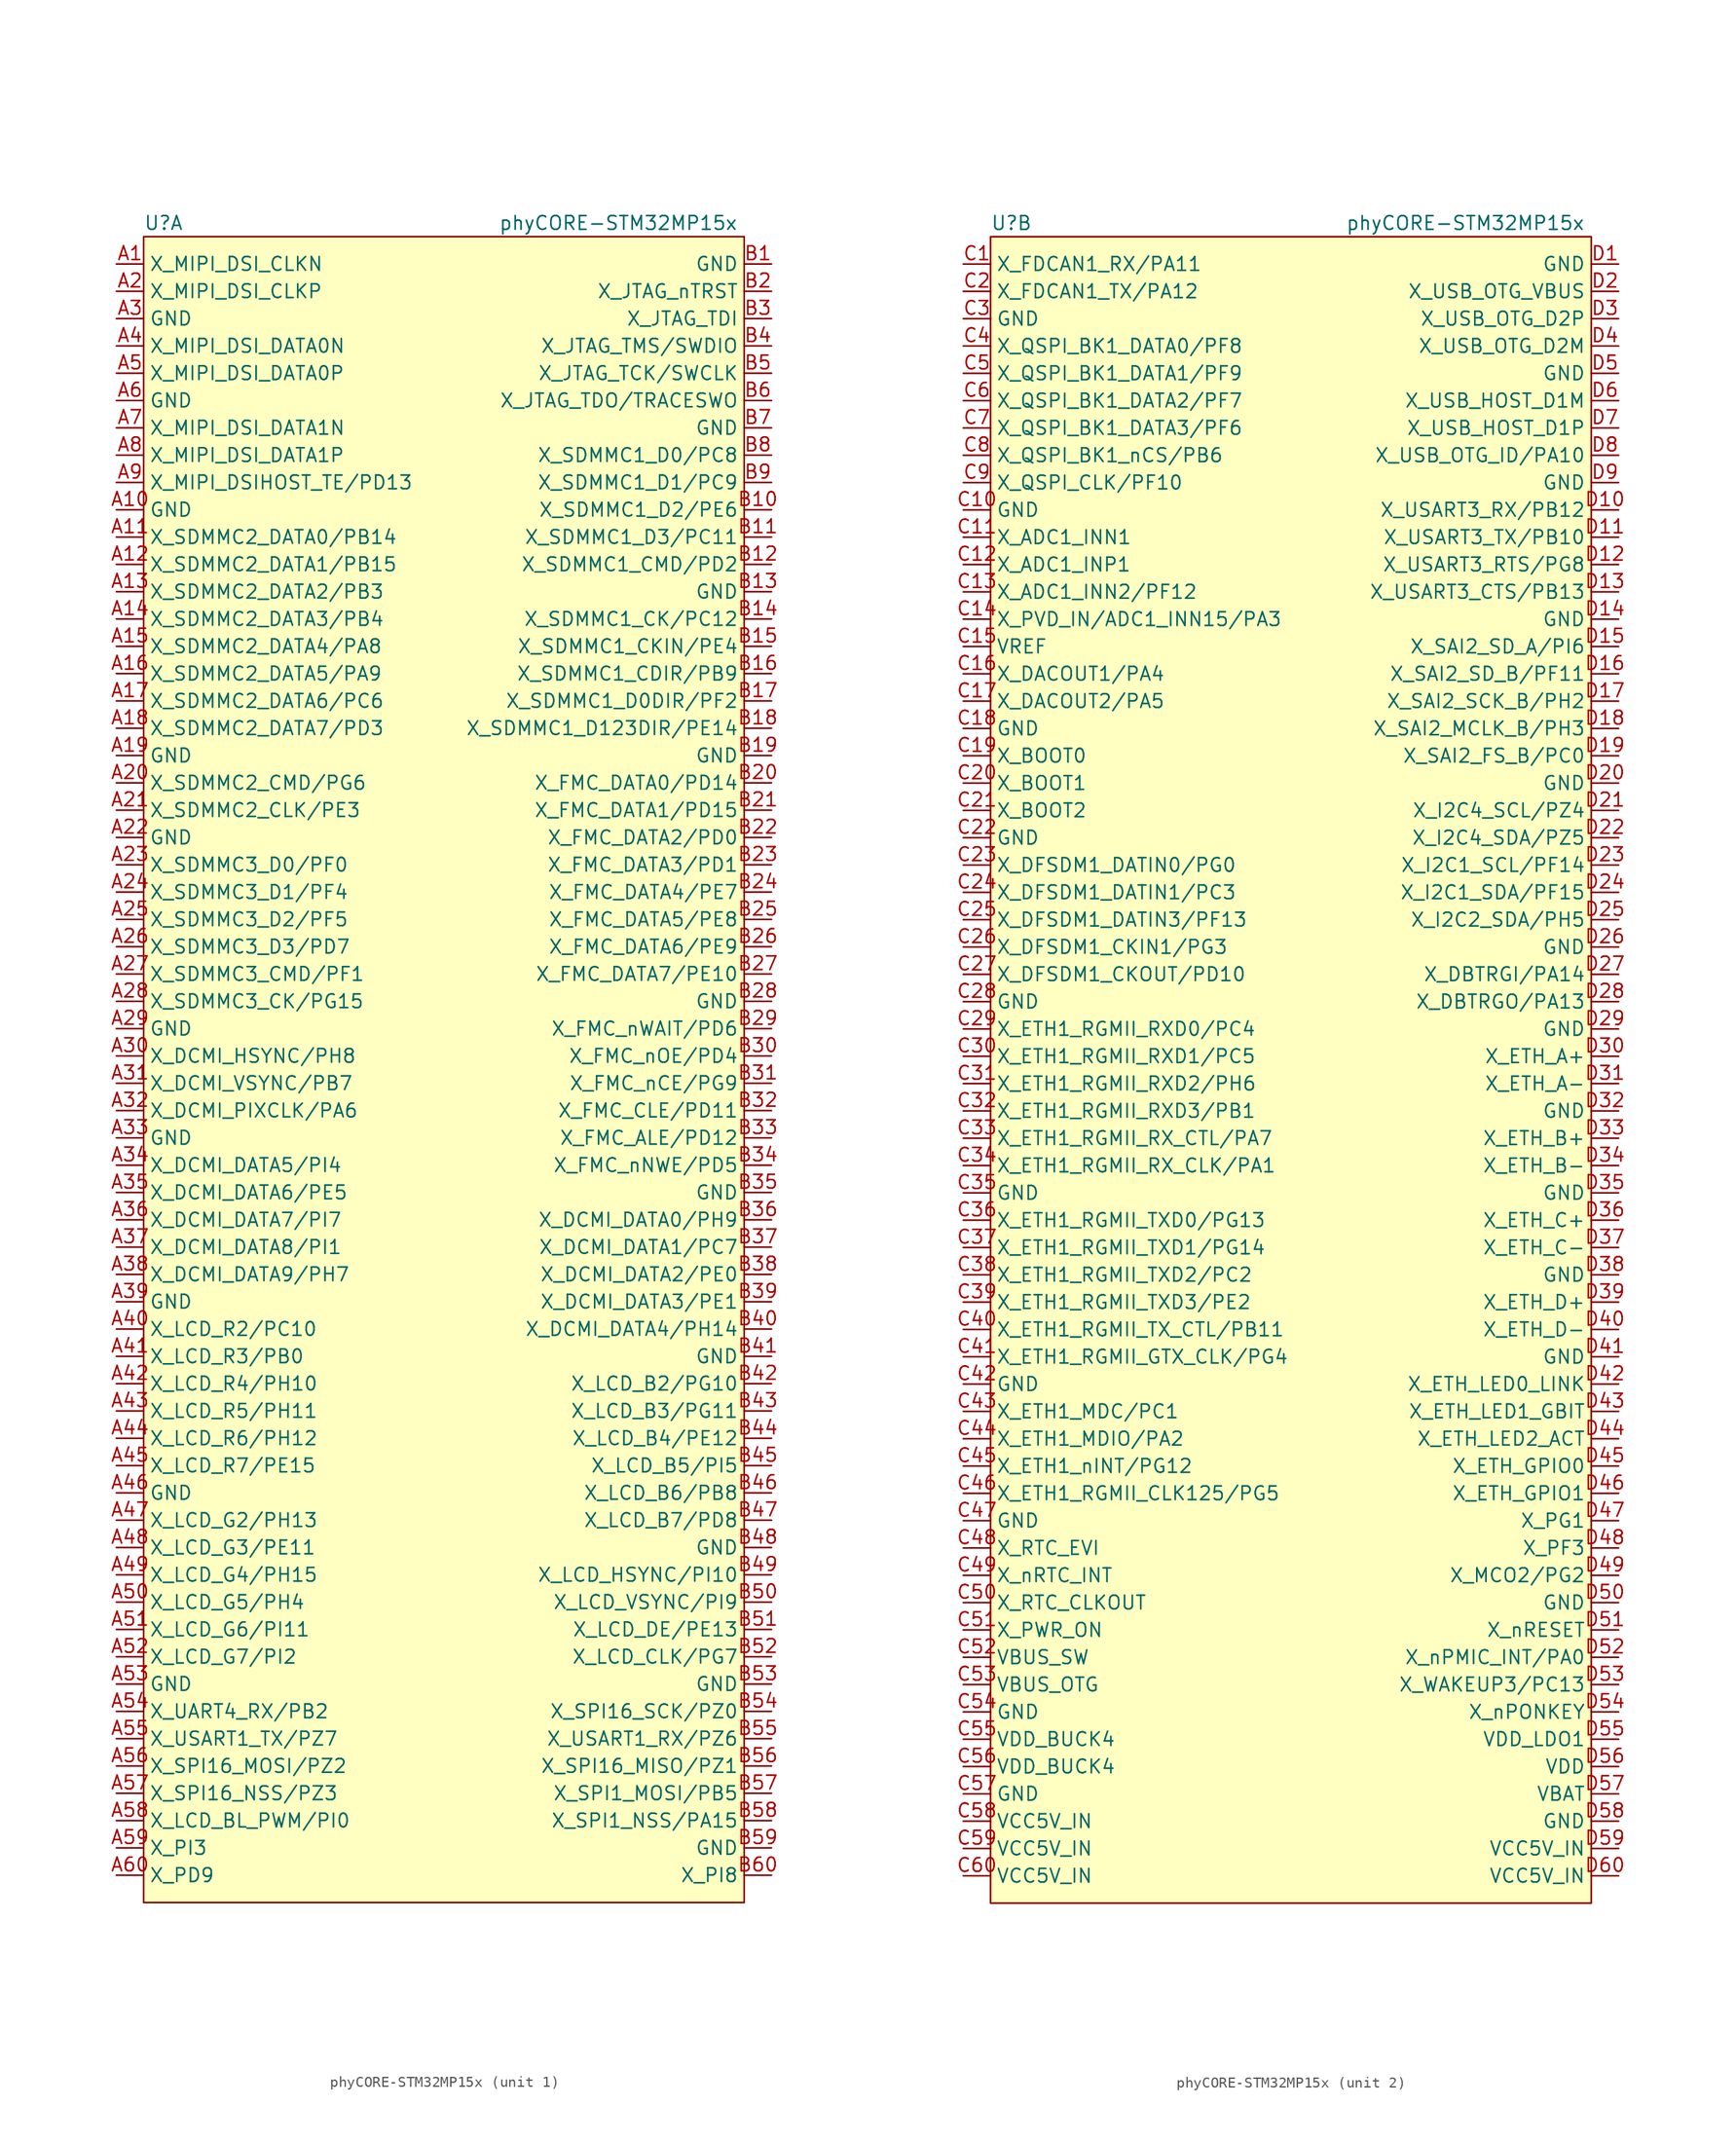
<source format=kicad_sym>
(kicad_symbol_lib
  (version 20210619)
  (generator kicad_symbol_editor)
  (symbol "phyCORE-STM32MP15x"
    (property "Reference" "U"
      (at -27.94 78.74 0)
      (effects (font (size 1.27 1.27)) (justify left)))
    (property "Value" "phyCORE-STM32MP15x"
      (at 5.08 78.74 0)
      (effects (font (size 1.27 1.27)) (justify left)))
    (property "ki_locked" ""
      (at 0 0 0)
      (effects (font (size 1.27 1.27))))
    (symbol "phyCORE-STM32MP15x_1_1"
      (rectangle (start -27.94 77.47) (end 27.94 -77.47) (stroke (width 0)) (fill (type background)))
      (pin output line (at -30.48 74.93 0) (length 2.54) (name "X_MIPI_DSI_CLKN" (effects (font (size 1.27 1.27)))) (number "A1" (effects (font (size 1.27 1.27)))))
      (pin power_in line (at -30.48 52.07 0) (length 2.54) (name "GND" (effects (font (size 1.27 1.27)))) (number "A10" (effects (font (size 1.27 1.27)))))
      (pin bidirectional line (at -30.48 49.53 0) (length 2.54) (name "X_SDMMC2_DATA0/PB14" (effects (font (size 1.27 1.27)))) (number "A11" (effects (font (size 1.27 1.27)))))
      (pin bidirectional line (at -30.48 46.99 0) (length 2.54) (name "X_SDMMC2_DATA1/PB15" (effects (font (size 1.27 1.27)))) (number "A12" (effects (font (size 1.27 1.27)))))
      (pin bidirectional line (at -30.48 44.45 0) (length 2.54) (name "X_SDMMC2_DATA2/PB3" (effects (font (size 1.27 1.27)))) (number "A13" (effects (font (size 1.27 1.27)))))
      (pin bidirectional line (at -30.48 41.91 0) (length 2.54) (name "X_SDMMC2_DATA3/PB4" (effects (font (size 1.27 1.27)))) (number "A14" (effects (font (size 1.27 1.27)))))
      (pin bidirectional line (at -30.48 39.37 0) (length 2.54) (name "X_SDMMC2_DATA4/PA8" (effects (font (size 1.27 1.27)))) (number "A15" (effects (font (size 1.27 1.27)))))
      (pin bidirectional line (at -30.48 36.83 0) (length 2.54) (name "X_SDMMC2_DATA5/PA9" (effects (font (size 1.27 1.27)))) (number "A16" (effects (font (size 1.27 1.27)))))
      (pin bidirectional line (at -30.48 34.29 0) (length 2.54) (name "X_SDMMC2_DATA6/PC6" (effects (font (size 1.27 1.27)))) (number "A17" (effects (font (size 1.27 1.27)))))
      (pin bidirectional line (at -30.48 31.75 0) (length 2.54) (name "X_SDMMC2_DATA7/PD3" (effects (font (size 1.27 1.27)))) (number "A18" (effects (font (size 1.27 1.27)))))
      (pin power_in line (at -30.48 29.21 0) (length 2.54) (name "GND" (effects (font (size 1.27 1.27)))) (number "A19" (effects (font (size 1.27 1.27)))))
      (pin output line (at -30.48 72.39 0) (length 2.54) (name "X_MIPI_DSI_CLKP" (effects (font (size 1.27 1.27)))) (number "A2" (effects (font (size 1.27 1.27)))))
      (pin bidirectional line (at -30.48 26.67 0) (length 2.54) (name "X_SDMMC2_CMD/PG6" (effects (font (size 1.27 1.27)))) (number "A20" (effects (font (size 1.27 1.27)))))
      (pin output line (at -30.48 24.13 0) (length 2.54) (name "X_SDMMC2_CLK/PE3" (effects (font (size 1.27 1.27)))) (number "A21" (effects (font (size 1.27 1.27)))))
      (pin power_in line (at -30.48 21.59 0) (length 2.54) (name "GND" (effects (font (size 1.27 1.27)))) (number "A22" (effects (font (size 1.27 1.27)))))
      (pin bidirectional line (at -30.48 19.05 0) (length 2.54) (name "X_SDMMC3_D0/PF0" (effects (font (size 1.27 1.27)))) (number "A23" (effects (font (size 1.27 1.27)))))
      (pin bidirectional line (at -30.48 16.51 0) (length 2.54) (name "X_SDMMC3_D1/PF4" (effects (font (size 1.27 1.27)))) (number "A24" (effects (font (size 1.27 1.27)))))
      (pin bidirectional line (at -30.48 13.97 0) (length 2.54) (name "X_SDMMC3_D2/PF5" (effects (font (size 1.27 1.27)))) (number "A25" (effects (font (size 1.27 1.27)))))
      (pin bidirectional line (at -30.48 11.43 0) (length 2.54) (name "X_SDMMC3_D3/PD7" (effects (font (size 1.27 1.27)))) (number "A26" (effects (font (size 1.27 1.27)))))
      (pin bidirectional line (at -30.48 8.89 0) (length 2.54) (name "X_SDMMC3_CMD/PF1" (effects (font (size 1.27 1.27)))) (number "A27" (effects (font (size 1.27 1.27)))))
      (pin output line (at -30.48 6.35 0) (length 2.54) (name "X_SDMMC3_CK/PG15" (effects (font (size 1.27 1.27)))) (number "A28" (effects (font (size 1.27 1.27)))))
      (pin power_in line (at -30.48 3.81 0) (length 2.54) (name "GND" (effects (font (size 1.27 1.27)))) (number "A29" (effects (font (size 1.27 1.27)))))
      (pin power_in line (at -30.48 69.85 0) (length 2.54) (name "GND" (effects (font (size 1.27 1.27)))) (number "A3" (effects (font (size 1.27 1.27)))))
      (pin input line (at -30.48 1.27 0) (length 2.54) (name "X_DCMI_HSYNC/PH8" (effects (font (size 1.27 1.27)))) (number "A30" (effects (font (size 1.27 1.27)))))
      (pin input line (at -30.48 -1.27 0) (length 2.54) (name "X_DCMI_VSYNC/PB7" (effects (font (size 1.27 1.27)))) (number "A31" (effects (font (size 1.27 1.27)))))
      (pin input line (at -30.48 -3.81 0) (length 2.54) (name "X_DCMI_PIXCLK/PA6" (effects (font (size 1.27 1.27)))) (number "A32" (effects (font (size 1.27 1.27)))))
      (pin power_in line (at -30.48 -6.35 0) (length 2.54) (name "GND" (effects (font (size 1.27 1.27)))) (number "A33" (effects (font (size 1.27 1.27)))))
      (pin input line (at -30.48 -8.89 0) (length 2.54) (name "X_DCMI_DATA5/PI4" (effects (font (size 1.27 1.27)))) (number "A34" (effects (font (size 1.27 1.27)))))
      (pin input line (at -30.48 -11.43 0) (length 2.54) (name "X_DCMI_DATA6/PE5" (effects (font (size 1.27 1.27)))) (number "A35" (effects (font (size 1.27 1.27)))))
      (pin input line (at -30.48 -13.97 0) (length 2.54) (name "X_DCMI_DATA7/PI7" (effects (font (size 1.27 1.27)))) (number "A36" (effects (font (size 1.27 1.27)))))
      (pin input line (at -30.48 -16.51 0) (length 2.54) (name "X_DCMI_DATA8/PI1" (effects (font (size 1.27 1.27)))) (number "A37" (effects (font (size 1.27 1.27)))))
      (pin input line (at -30.48 -19.05 0) (length 2.54) (name "X_DCMI_DATA9/PH7" (effects (font (size 1.27 1.27)))) (number "A38" (effects (font (size 1.27 1.27)))))
      (pin power_in line (at -30.48 -21.59 0) (length 2.54) (name "GND" (effects (font (size 1.27 1.27)))) (number "A39" (effects (font (size 1.27 1.27)))))
      (pin output line (at -30.48 67.31 0) (length 2.54) (name "X_MIPI_DSI_DATA0N" (effects (font (size 1.27 1.27)))) (number "A4" (effects (font (size 1.27 1.27)))))
      (pin output line (at -30.48 -24.13 0) (length 2.54) (name "X_LCD_R2/PC10" (effects (font (size 1.27 1.27)))) (number "A40" (effects (font (size 1.27 1.27)))))
      (pin output line (at -30.48 -26.67 0) (length 2.54) (name "X_LCD_R3/PB0" (effects (font (size 1.27 1.27)))) (number "A41" (effects (font (size 1.27 1.27)))))
      (pin output line (at -30.48 -29.21 0) (length 2.54) (name "X_LCD_R4/PH10" (effects (font (size 1.27 1.27)))) (number "A42" (effects (font (size 1.27 1.27)))))
      (pin output line (at -30.48 -31.75 0) (length 2.54) (name "X_LCD_R5/PH11" (effects (font (size 1.27 1.27)))) (number "A43" (effects (font (size 1.27 1.27)))))
      (pin output line (at -30.48 -34.29 0) (length 2.54) (name "X_LCD_R6/PH12" (effects (font (size 1.27 1.27)))) (number "A44" (effects (font (size 1.27 1.27)))))
      (pin output line (at -30.48 -36.83 0) (length 2.54) (name "X_LCD_R7/PE15" (effects (font (size 1.27 1.27)))) (number "A45" (effects (font (size 1.27 1.27)))))
      (pin power_in line (at -30.48 -39.37 0) (length 2.54) (name "GND" (effects (font (size 1.27 1.27)))) (number "A46" (effects (font (size 1.27 1.27)))))
      (pin output line (at -30.48 -41.91 0) (length 2.54) (name "X_LCD_G2/PH13" (effects (font (size 1.27 1.27)))) (number "A47" (effects (font (size 1.27 1.27)))))
      (pin output line (at -30.48 -44.45 0) (length 2.54) (name "X_LCD_G3/PE11" (effects (font (size 1.27 1.27)))) (number "A48" (effects (font (size 1.27 1.27)))))
      (pin output line (at -30.48 -46.99 0) (length 2.54) (name "X_LCD_G4/PH15" (effects (font (size 1.27 1.27)))) (number "A49" (effects (font (size 1.27 1.27)))))
      (pin output line (at -30.48 64.77 0) (length 2.54) (name "X_MIPI_DSI_DATA0P" (effects (font (size 1.27 1.27)))) (number "A5" (effects (font (size 1.27 1.27)))))
      (pin output line (at -30.48 -49.53 0) (length 2.54) (name "X_LCD_G5/PH4" (effects (font (size 1.27 1.27)))) (number "A50" (effects (font (size 1.27 1.27)))))
      (pin output line (at -30.48 -52.07 0) (length 2.54) (name "X_LCD_G6/PI11" (effects (font (size 1.27 1.27)))) (number "A51" (effects (font (size 1.27 1.27)))))
      (pin output line (at -30.48 -54.61 0) (length 2.54) (name "X_LCD_G7/PI2" (effects (font (size 1.27 1.27)))) (number "A52" (effects (font (size 1.27 1.27)))))
      (pin power_in line (at -30.48 -57.15 0) (length 2.54) (name "GND" (effects (font (size 1.27 1.27)))) (number "A53" (effects (font (size 1.27 1.27)))))
      (pin input line (at -30.48 -59.69 0) (length 2.54) (name "X_UART4_RX/PB2" (effects (font (size 1.27 1.27)))) (number "A54" (effects (font (size 1.27 1.27)))))
      (pin output line (at -30.48 -62.23 0) (length 2.54) (name "X_USART1_TX/PZ7" (effects (font (size 1.27 1.27)))) (number "A55" (effects (font (size 1.27 1.27)))))
      (pin bidirectional line (at -30.48 -64.77 0) (length 2.54) (name "X_SPI16_MOSI/PZ2" (effects (font (size 1.27 1.27)))) (number "A56" (effects (font (size 1.27 1.27)))))
      (pin bidirectional line (at -30.48 -67.31 0) (length 2.54) (name "X_SPI16_NSS/PZ3" (effects (font (size 1.27 1.27)))) (number "A57" (effects (font (size 1.27 1.27)))))
      (pin output line (at -30.48 -69.85 0) (length 2.54) (name "X_LCD_BL_PWM/PI0" (effects (font (size 1.27 1.27)))) (number "A58" (effects (font (size 1.27 1.27)))))
      (pin bidirectional line (at -30.48 -72.39 0) (length 2.54) (name "X_PI3" (effects (font (size 1.27 1.27)))) (number "A59" (effects (font (size 1.27 1.27)))))
      (pin power_in line (at -30.48 62.23 0) (length 2.54) (name "GND" (effects (font (size 1.27 1.27)))) (number "A6" (effects (font (size 1.27 1.27)))))
      (pin bidirectional line (at -30.48 -74.93 0) (length 2.54) (name "X_PD9" (effects (font (size 1.27 1.27)))) (number "A60" (effects (font (size 1.27 1.27)))))
      (pin output line (at -30.48 59.69 0) (length 2.54) (name "X_MIPI_DSI_DATA1N" (effects (font (size 1.27 1.27)))) (number "A7" (effects (font (size 1.27 1.27)))))
      (pin output line (at -30.48 57.15 0) (length 2.54) (name "X_MIPI_DSI_DATA1P" (effects (font (size 1.27 1.27)))) (number "A8" (effects (font (size 1.27 1.27)))))
      (pin input line (at -30.48 54.61 0) (length 2.54) (name "X_MIPI_DSIHOST_TE/PD13" (effects (font (size 1.27 1.27)))) (number "A9" (effects (font (size 1.27 1.27)))))
      (pin power_in line (at 30.48 74.93 180) (length 2.54) (name "GND" (effects (font (size 1.27 1.27)))) (number "B1" (effects (font (size 1.27 1.27)))))
      (pin bidirectional line (at 30.48 52.07 180) (length 2.54) (name "X_SDMMC1_D2/PE6" (effects (font (size 1.27 1.27)))) (number "B10" (effects (font (size 1.27 1.27)))))
      (pin bidirectional line (at 30.48 49.53 180) (length 2.54) (name "X_SDMMC1_D3/PC11" (effects (font (size 1.27 1.27)))) (number "B11" (effects (font (size 1.27 1.27)))))
      (pin bidirectional line (at 30.48 46.99 180) (length 2.54) (name "X_SDMMC1_CMD/PD2" (effects (font (size 1.27 1.27)))) (number "B12" (effects (font (size 1.27 1.27)))))
      (pin power_in line (at 30.48 44.45 180) (length 2.54) (name "GND" (effects (font (size 1.27 1.27)))) (number "B13" (effects (font (size 1.27 1.27)))))
      (pin output line (at 30.48 41.91 180) (length 2.54) (name "X_SDMMC1_CK/PC12" (effects (font (size 1.27 1.27)))) (number "B14" (effects (font (size 1.27 1.27)))))
      (pin input line (at 30.48 39.37 180) (length 2.54) (name "X_SDMMC1_CKIN/PE4" (effects (font (size 1.27 1.27)))) (number "B15" (effects (font (size 1.27 1.27)))))
      (pin output line (at 30.48 36.83 180) (length 2.54) (name "X_SDMMC1_CDIR/PB9" (effects (font (size 1.27 1.27)))) (number "B16" (effects (font (size 1.27 1.27)))))
      (pin output line (at 30.48 34.29 180) (length 2.54) (name "X_SDMMC1_D0DIR/PF2" (effects (font (size 1.27 1.27)))) (number "B17" (effects (font (size 1.27 1.27)))))
      (pin output line (at 30.48 31.75 180) (length 2.54) (name "X_SDMMC1_D123DIR/PE14" (effects (font (size 1.27 1.27)))) (number "B18" (effects (font (size 1.27 1.27)))))
      (pin power_in line (at 30.48 29.21 180) (length 2.54) (name "GND" (effects (font (size 1.27 1.27)))) (number "B19" (effects (font (size 1.27 1.27)))))
      (pin input line (at 30.48 72.39 180) (length 2.54) (name "X_JTAG_nTRST" (effects (font (size 1.27 1.27)))) (number "B2" (effects (font (size 1.27 1.27)))))
      (pin bidirectional line (at 30.48 26.67 180) (length 2.54) (name "X_FMC_DATA0/PD14" (effects (font (size 1.27 1.27)))) (number "B20" (effects (font (size 1.27 1.27)))))
      (pin bidirectional line (at 30.48 24.13 180) (length 2.54) (name "X_FMC_DATA1/PD15" (effects (font (size 1.27 1.27)))) (number "B21" (effects (font (size 1.27 1.27)))))
      (pin bidirectional line (at 30.48 21.59 180) (length 2.54) (name "X_FMC_DATA2/PD0" (effects (font (size 1.27 1.27)))) (number "B22" (effects (font (size 1.27 1.27)))))
      (pin bidirectional line (at 30.48 19.05 180) (length 2.54) (name "X_FMC_DATA3/PD1" (effects (font (size 1.27 1.27)))) (number "B23" (effects (font (size 1.27 1.27)))))
      (pin bidirectional line (at 30.48 16.51 180) (length 2.54) (name "X_FMC_DATA4/PE7" (effects (font (size 1.27 1.27)))) (number "B24" (effects (font (size 1.27 1.27)))))
      (pin bidirectional line (at 30.48 13.97 180) (length 2.54) (name "X_FMC_DATA5/PE8" (effects (font (size 1.27 1.27)))) (number "B25" (effects (font (size 1.27 1.27)))))
      (pin bidirectional line (at 30.48 11.43 180) (length 2.54) (name "X_FMC_DATA6/PE9" (effects (font (size 1.27 1.27)))) (number "B26" (effects (font (size 1.27 1.27)))))
      (pin bidirectional line (at 30.48 8.89 180) (length 2.54) (name "X_FMC_DATA7/PE10" (effects (font (size 1.27 1.27)))) (number "B27" (effects (font (size 1.27 1.27)))))
      (pin power_in line (at 30.48 6.35 180) (length 2.54) (name "GND" (effects (font (size 1.27 1.27)))) (number "B28" (effects (font (size 1.27 1.27)))))
      (pin input line (at 30.48 3.81 180) (length 2.54) (name "X_FMC_nWAIT/PD6" (effects (font (size 1.27 1.27)))) (number "B29" (effects (font (size 1.27 1.27)))))
      (pin input line (at 30.48 69.85 180) (length 2.54) (name "X_JTAG_TDI" (effects (font (size 1.27 1.27)))) (number "B3" (effects (font (size 1.27 1.27)))))
      (pin output line (at 30.48 1.27 180) (length 2.54) (name "X_FMC_nOE/PD4" (effects (font (size 1.27 1.27)))) (number "B30" (effects (font (size 1.27 1.27)))))
      (pin output line (at 30.48 -1.27 180) (length 2.54) (name "X_FMC_nCE/PG9" (effects (font (size 1.27 1.27)))) (number "B31" (effects (font (size 1.27 1.27)))))
      (pin output line (at 30.48 -3.81 180) (length 2.54) (name "X_FMC_CLE/PD11" (effects (font (size 1.27 1.27)))) (number "B32" (effects (font (size 1.27 1.27)))))
      (pin output line (at 30.48 -6.35 180) (length 2.54) (name "X_FMC_ALE/PD12" (effects (font (size 1.27 1.27)))) (number "B33" (effects (font (size 1.27 1.27)))))
      (pin output line (at 30.48 -8.89 180) (length 2.54) (name "X_FMC_nNWE/PD5" (effects (font (size 1.27 1.27)))) (number "B34" (effects (font (size 1.27 1.27)))))
      (pin power_in line (at 30.48 -11.43 180) (length 2.54) (name "GND" (effects (font (size 1.27 1.27)))) (number "B35" (effects (font (size 1.27 1.27)))))
      (pin input line (at 30.48 -13.97 180) (length 2.54) (name "X_DCMI_DATA0/PH9" (effects (font (size 1.27 1.27)))) (number "B36" (effects (font (size 1.27 1.27)))))
      (pin input line (at 30.48 -16.51 180) (length 2.54) (name "X_DCMI_DATA1/PC7" (effects (font (size 1.27 1.27)))) (number "B37" (effects (font (size 1.27 1.27)))))
      (pin input line (at 30.48 -19.05 180) (length 2.54) (name "X_DCMI_DATA2/PE0" (effects (font (size 1.27 1.27)))) (number "B38" (effects (font (size 1.27 1.27)))))
      (pin input line (at 30.48 -21.59 180) (length 2.54) (name "X_DCMI_DATA3/PE1" (effects (font (size 1.27 1.27)))) (number "B39" (effects (font (size 1.27 1.27)))))
      (pin bidirectional line (at 30.48 67.31 180) (length 2.54) (name "X_JTAG_TMS/SWDIO" (effects (font (size 1.27 1.27)))) (number "B4" (effects (font (size 1.27 1.27)))))
      (pin input line (at 30.48 -24.13 180) (length 2.54) (name "X_DCMI_DATA4/PH14" (effects (font (size 1.27 1.27)))) (number "B40" (effects (font (size 1.27 1.27)))))
      (pin power_in line (at 30.48 -26.67 180) (length 2.54) (name "GND" (effects (font (size 1.27 1.27)))) (number "B41" (effects (font (size 1.27 1.27)))))
      (pin output line (at 30.48 -29.21 180) (length 2.54) (name "X_LCD_B2/PG10" (effects (font (size 1.27 1.27)))) (number "B42" (effects (font (size 1.27 1.27)))))
      (pin output line (at 30.48 -31.75 180) (length 2.54) (name "X_LCD_B3/PG11" (effects (font (size 1.27 1.27)))) (number "B43" (effects (font (size 1.27 1.27)))))
      (pin output line (at 30.48 -34.29 180) (length 2.54) (name "X_LCD_B4/PE12" (effects (font (size 1.27 1.27)))) (number "B44" (effects (font (size 1.27 1.27)))))
      (pin output line (at 30.48 -36.83 180) (length 2.54) (name "X_LCD_B5/PI5" (effects (font (size 1.27 1.27)))) (number "B45" (effects (font (size 1.27 1.27)))))
      (pin output line (at 30.48 -39.37 180) (length 2.54) (name "X_LCD_B6/PB8" (effects (font (size 1.27 1.27)))) (number "B46" (effects (font (size 1.27 1.27)))))
      (pin output line (at 30.48 -41.91 180) (length 2.54) (name "X_LCD_B7/PD8" (effects (font (size 1.27 1.27)))) (number "B47" (effects (font (size 1.27 1.27)))))
      (pin power_in line (at 30.48 -44.45 180) (length 2.54) (name "GND" (effects (font (size 1.27 1.27)))) (number "B48" (effects (font (size 1.27 1.27)))))
      (pin output line (at 30.48 -46.99 180) (length 2.54) (name "X_LCD_HSYNC/PI10" (effects (font (size 1.27 1.27)))) (number "B49" (effects (font (size 1.27 1.27)))))
      (pin input line (at 30.48 64.77 180) (length 2.54) (name "X_JTAG_TCK/SWCLK" (effects (font (size 1.27 1.27)))) (number "B5" (effects (font (size 1.27 1.27)))))
      (pin output line (at 30.48 -49.53 180) (length 2.54) (name "X_LCD_VSYNC/PI9" (effects (font (size 1.27 1.27)))) (number "B50" (effects (font (size 1.27 1.27)))))
      (pin output line (at 30.48 -52.07 180) (length 2.54) (name "X_LCD_DE/PE13" (effects (font (size 1.27 1.27)))) (number "B51" (effects (font (size 1.27 1.27)))))
      (pin output line (at 30.48 -54.61 180) (length 2.54) (name "X_LCD_CLK/PG7" (effects (font (size 1.27 1.27)))) (number "B52" (effects (font (size 1.27 1.27)))))
      (pin power_in line (at 30.48 -57.15 180) (length 2.54) (name "GND" (effects (font (size 1.27 1.27)))) (number "B53" (effects (font (size 1.27 1.27)))))
      (pin bidirectional line (at 30.48 -59.69 180) (length 2.54) (name "X_SPI16_SCK/PZ0" (effects (font (size 1.27 1.27)))) (number "B54" (effects (font (size 1.27 1.27)))))
      (pin input line (at 30.48 -62.23 180) (length 2.54) (name "X_USART1_RX/PZ6" (effects (font (size 1.27 1.27)))) (number "B55" (effects (font (size 1.27 1.27)))))
      (pin bidirectional line (at 30.48 -64.77 180) (length 2.54) (name "X_SPI16_MISO/PZ1" (effects (font (size 1.27 1.27)))) (number "B56" (effects (font (size 1.27 1.27)))))
      (pin input line (at 30.48 -67.31 180) (length 2.54) (name "X_SPI1_MOSI/PB5" (effects (font (size 1.27 1.27)))) (number "B57" (effects (font (size 1.27 1.27)))))
      (pin bidirectional line (at 30.48 -69.85 180) (length 2.54) (name "X_SPI1_NSS/PA15" (effects (font (size 1.27 1.27)))) (number "B58" (effects (font (size 1.27 1.27)))))
      (pin power_in line (at 30.48 -72.39 180) (length 2.54) (name "GND" (effects (font (size 1.27 1.27)))) (number "B59" (effects (font (size 1.27 1.27)))))
      (pin output line (at 30.48 62.23 180) (length 2.54) (name "X_JTAG_TDO/TRACESWO" (effects (font (size 1.27 1.27)))) (number "B6" (effects (font (size 1.27 1.27)))))
      (pin bidirectional line (at 30.48 -74.93 180) (length 2.54) (name "X_PI8" (effects (font (size 1.27 1.27)))) (number "B60" (effects (font (size 1.27 1.27)))))
      (pin power_in line (at 30.48 59.69 180) (length 2.54) (name "GND" (effects (font (size 1.27 1.27)))) (number "B7" (effects (font (size 1.27 1.27)))))
      (pin bidirectional line (at 30.48 57.15 180) (length 2.54) (name "X_SDMMC1_D0/PC8" (effects (font (size 1.27 1.27)))) (number "B8" (effects (font (size 1.27 1.27)))))
      (pin bidirectional line (at 30.48 54.61 180) (length 2.54) (name "X_SDMMC1_D1/PC9" (effects (font (size 1.27 1.27)))) (number "B9" (effects (font (size 1.27 1.27))))))
    (symbol "phyCORE-STM32MP15x_2_1"
      (rectangle (start -27.94 77.47) (end 27.94 -77.47) (stroke (width 0)) (fill (type background)))
      (pin input line (at -30.48 74.93 0) (length 2.54) (name "X_FDCAN1_RX/PA11" (effects (font (size 1.27 1.27)))) (number "C1" (effects (font (size 1.27 1.27)))))
      (pin power_in line (at -30.48 52.07 0) (length 2.54) (name "GND" (effects (font (size 1.27 1.27)))) (number "C10" (effects (font (size 1.27 1.27)))))
      (pin input line (at -30.48 49.53 0) (length 2.54) (name "X_ADC1_INN1" (effects (font (size 1.27 1.27)))) (number "C11" (effects (font (size 1.27 1.27)))))
      (pin input line (at -30.48 46.99 0) (length 2.54) (name "X_ADC1_INP1" (effects (font (size 1.27 1.27)))) (number "C12" (effects (font (size 1.27 1.27)))))
      (pin input line (at -30.48 44.45 0) (length 2.54) (name "X_ADC1_INN2/PF12" (effects (font (size 1.27 1.27)))) (number "C13" (effects (font (size 1.27 1.27)))))
      (pin input line (at -30.48 41.91 0) (length 2.54) (name "X_PVD_IN/ADC1_INN15/PA3" (effects (font (size 1.27 1.27)))) (number "C14" (effects (font (size 1.27 1.27)))))
      (pin power_in line (at -30.48 39.37 0) (length 2.54) (name "VREF" (effects (font (size 1.27 1.27)))) (number "C15" (effects (font (size 1.27 1.27)))))
      (pin output line (at -30.48 36.83 0) (length 2.54) (name "X_DACOUT1/PA4" (effects (font (size 1.27 1.27)))) (number "C16" (effects (font (size 1.27 1.27)))))
      (pin output line (at -30.48 34.29 0) (length 2.54) (name "X_DACOUT2/PA5" (effects (font (size 1.27 1.27)))) (number "C17" (effects (font (size 1.27 1.27)))))
      (pin power_in line (at -30.48 31.75 0) (length 2.54) (name "GND" (effects (font (size 1.27 1.27)))) (number "C18" (effects (font (size 1.27 1.27)))))
      (pin input line (at -30.48 29.21 0) (length 2.54) (name "X_BOOT0" (effects (font (size 1.27 1.27)))) (number "C19" (effects (font (size 1.27 1.27)))))
      (pin output line (at -30.48 72.39 0) (length 2.54) (name "X_FDCAN1_TX/PA12" (effects (font (size 1.27 1.27)))) (number "C2" (effects (font (size 1.27 1.27)))))
      (pin input line (at -30.48 26.67 0) (length 2.54) (name "X_BOOT1" (effects (font (size 1.27 1.27)))) (number "C20" (effects (font (size 1.27 1.27)))))
      (pin input line (at -30.48 24.13 0) (length 2.54) (name "X_BOOT2" (effects (font (size 1.27 1.27)))) (number "C21" (effects (font (size 1.27 1.27)))))
      (pin power_in line (at -30.48 21.59 0) (length 2.54) (name "GND" (effects (font (size 1.27 1.27)))) (number "C22" (effects (font (size 1.27 1.27)))))
      (pin input line (at -30.48 19.05 0) (length 2.54) (name "X_DFSDM1_DATIN0/PG0" (effects (font (size 1.27 1.27)))) (number "C23" (effects (font (size 1.27 1.27)))))
      (pin input line (at -30.48 16.51 0) (length 2.54) (name "X_DFSDM1_DATIN1/PC3" (effects (font (size 1.27 1.27)))) (number "C24" (effects (font (size 1.27 1.27)))))
      (pin input line (at -30.48 13.97 0) (length 2.54) (name "X_DFSDM1_DATIN3/PF13" (effects (font (size 1.27 1.27)))) (number "C25" (effects (font (size 1.27 1.27)))))
      (pin input line (at -30.48 11.43 0) (length 2.54) (name "X_DFSDM1_CKIN1/PG3" (effects (font (size 1.27 1.27)))) (number "C26" (effects (font (size 1.27 1.27)))))
      (pin output line (at -30.48 8.89 0) (length 2.54) (name "X_DFSDM1_CKOUT/PD10" (effects (font (size 1.27 1.27)))) (number "C27" (effects (font (size 1.27 1.27)))))
      (pin power_in line (at -30.48 6.35 0) (length 2.54) (name "GND" (effects (font (size 1.27 1.27)))) (number "C28" (effects (font (size 1.27 1.27)))))
      (pin input line (at -30.48 3.81 0) (length 2.54) (name "X_ETH1_RGMII_RXD0/PC4" (effects (font (size 1.27 1.27)))) (number "C29" (effects (font (size 1.27 1.27)))))
      (pin power_in line (at -30.48 69.85 0) (length 2.54) (name "GND" (effects (font (size 1.27 1.27)))) (number "C3" (effects (font (size 1.27 1.27)))))
      (pin input line (at -30.48 1.27 0) (length 2.54) (name "X_ETH1_RGMII_RXD1/PC5" (effects (font (size 1.27 1.27)))) (number "C30" (effects (font (size 1.27 1.27)))))
      (pin input line (at -30.48 -1.27 0) (length 2.54) (name "X_ETH1_RGMII_RXD2/PH6" (effects (font (size 1.27 1.27)))) (number "C31" (effects (font (size 1.27 1.27)))))
      (pin input line (at -30.48 -3.81 0) (length 2.54) (name "X_ETH1_RGMII_RXD3/PB1" (effects (font (size 1.27 1.27)))) (number "C32" (effects (font (size 1.27 1.27)))))
      (pin input line (at -30.48 -6.35 0) (length 2.54) (name "X_ETH1_RGMII_RX_CTL/PA7" (effects (font (size 1.27 1.27)))) (number "C33" (effects (font (size 1.27 1.27)))))
      (pin input line (at -30.48 -8.89 0) (length 2.54) (name "X_ETH1_RGMII_RX_CLK/PA1" (effects (font (size 1.27 1.27)))) (number "C34" (effects (font (size 1.27 1.27)))))
      (pin power_in line (at -30.48 -11.43 0) (length 2.54) (name "GND" (effects (font (size 1.27 1.27)))) (number "C35" (effects (font (size 1.27 1.27)))))
      (pin output line (at -30.48 -13.97 0) (length 2.54) (name "X_ETH1_RGMII_TXD0/PG13" (effects (font (size 1.27 1.27)))) (number "C36" (effects (font (size 1.27 1.27)))))
      (pin output line (at -30.48 -16.51 0) (length 2.54) (name "X_ETH1_RGMII_TXD1/PG14" (effects (font (size 1.27 1.27)))) (number "C37" (effects (font (size 1.27 1.27)))))
      (pin output line (at -30.48 -19.05 0) (length 2.54) (name "X_ETH1_RGMII_TXD2/PC2" (effects (font (size 1.27 1.27)))) (number "C38" (effects (font (size 1.27 1.27)))))
      (pin output line (at -30.48 -21.59 0) (length 2.54) (name "X_ETH1_RGMII_TXD3/PE2" (effects (font (size 1.27 1.27)))) (number "C39" (effects (font (size 1.27 1.27)))))
      (pin bidirectional line (at -30.48 67.31 0) (length 2.54) (name "X_QSPI_BK1_DATA0/PF8" (effects (font (size 1.27 1.27)))) (number "C4" (effects (font (size 1.27 1.27)))))
      (pin bidirectional line (at -30.48 -24.13 0) (length 2.54) (name "X_ETH1_RGMII_TX_CTL/PB11" (effects (font (size 1.27 1.27)))) (number "C40" (effects (font (size 1.27 1.27)))))
      (pin output line (at -30.48 -26.67 0) (length 2.54) (name "X_ETH1_RGMII_GTX_CLK/PG4" (effects (font (size 1.27 1.27)))) (number "C41" (effects (font (size 1.27 1.27)))))
      (pin power_in line (at -30.48 -29.21 0) (length 2.54) (name "GND" (effects (font (size 1.27 1.27)))) (number "C42" (effects (font (size 1.27 1.27)))))
      (pin output line (at -30.48 -31.75 0) (length 2.54) (name "X_ETH1_MDC/PC1" (effects (font (size 1.27 1.27)))) (number "C43" (effects (font (size 1.27 1.27)))))
      (pin bidirectional line (at -30.48 -34.29 0) (length 2.54) (name "X_ETH1_MDIO/PA2" (effects (font (size 1.27 1.27)))) (number "C44" (effects (font (size 1.27 1.27)))))
      (pin input line (at -30.48 -36.83 0) (length 2.54) (name "X_ETH1_nINT/PG12" (effects (font (size 1.27 1.27)))) (number "C45" (effects (font (size 1.27 1.27)))))
      (pin input line (at -30.48 -39.37 0) (length 2.54) (name "X_ETH1_RGMII_CLK125/PG5" (effects (font (size 1.27 1.27)))) (number "C46" (effects (font (size 1.27 1.27)))))
      (pin power_in line (at -30.48 -41.91 0) (length 2.54) (name "GND" (effects (font (size 1.27 1.27)))) (number "C47" (effects (font (size 1.27 1.27)))))
      (pin input line (at -30.48 -44.45 0) (length 2.54) (name "X_RTC_EVI" (effects (font (size 1.27 1.27)))) (number "C48" (effects (font (size 1.27 1.27)))))
      (pin open_collector line (at -30.48 -46.99 0) (length 2.54) (name "X_nRTC_INT" (effects (font (size 1.27 1.27)))) (number "C49" (effects (font (size 1.27 1.27)))))
      (pin bidirectional line (at -30.48 64.77 0) (length 2.54) (name "X_QSPI_BK1_DATA1/PF9" (effects (font (size 1.27 1.27)))) (number "C5" (effects (font (size 1.27 1.27)))))
      (pin output line (at -30.48 -49.53 0) (length 2.54) (name "X_RTC_CLKOUT" (effects (font (size 1.27 1.27)))) (number "C50" (effects (font (size 1.27 1.27)))))
      (pin output line (at -30.48 -52.07 0) (length 2.54) (name "X_PWR_ON" (effects (font (size 1.27 1.27)))) (number "C51" (effects (font (size 1.27 1.27)))))
      (pin power_out line (at -30.48 -54.61 0) (length 2.54) (name "VBUS_SW" (effects (font (size 1.27 1.27)))) (number "C52" (effects (font (size 1.27 1.27)))))
      (pin power_out line (at -30.48 -57.15 0) (length 2.54) (name "VBUS_OTG" (effects (font (size 1.27 1.27)))) (number "C53" (effects (font (size 1.27 1.27)))))
      (pin power_in line (at -30.48 -59.69 0) (length 2.54) (name "GND" (effects (font (size 1.27 1.27)))) (number "C54" (effects (font (size 1.27 1.27)))))
      (pin power_out line (at -30.48 -62.23 0) (length 2.54) (name "VDD_BUCK4" (effects (font (size 1.27 1.27)))) (number "C55" (effects (font (size 1.27 1.27)))))
      (pin power_out line (at -30.48 -64.77 0) (length 2.54) (name "VDD_BUCK4" (effects (font (size 1.27 1.27)))) (number "C56" (effects (font (size 1.27 1.27)))))
      (pin power_in line (at -30.48 -67.31 0) (length 2.54) (name "GND" (effects (font (size 1.27 1.27)))) (number "C57" (effects (font (size 1.27 1.27)))))
      (pin power_in line (at -30.48 -69.85 0) (length 2.54) (name "VCC5V_IN" (effects (font (size 1.27 1.27)))) (number "C58" (effects (font (size 1.27 1.27)))))
      (pin power_in line (at -30.48 -72.39 0) (length 2.54) (name "VCC5V_IN" (effects (font (size 1.27 1.27)))) (number "C59" (effects (font (size 1.27 1.27)))))
      (pin bidirectional line (at -30.48 62.23 0) (length 2.54) (name "X_QSPI_BK1_DATA2/PF7" (effects (font (size 1.27 1.27)))) (number "C6" (effects (font (size 1.27 1.27)))))
      (pin power_in line (at -30.48 -74.93 0) (length 2.54) (name "VCC5V_IN" (effects (font (size 1.27 1.27)))) (number "C60" (effects (font (size 1.27 1.27)))))
      (pin bidirectional line (at -30.48 59.69 0) (length 2.54) (name "X_QSPI_BK1_DATA3/PF6" (effects (font (size 1.27 1.27)))) (number "C7" (effects (font (size 1.27 1.27)))))
      (pin output line (at -30.48 57.15 0) (length 2.54) (name "X_QSPI_BK1_nCS/PB6" (effects (font (size 1.27 1.27)))) (number "C8" (effects (font (size 1.27 1.27)))))
      (pin output line (at -30.48 54.61 0) (length 2.54) (name "X_QSPI_CLK/PF10" (effects (font (size 1.27 1.27)))) (number "C9" (effects (font (size 1.27 1.27)))))
      (pin power_in line (at 30.48 74.93 180) (length 2.54) (name "GND" (effects (font (size 1.27 1.27)))) (number "D1" (effects (font (size 1.27 1.27)))))
      (pin input line (at 30.48 52.07 180) (length 2.54) (name "X_USART3_RX/PB12" (effects (font (size 1.27 1.27)))) (number "D10" (effects (font (size 1.27 1.27)))))
      (pin output line (at 30.48 49.53 180) (length 2.54) (name "X_USART3_TX/PB10" (effects (font (size 1.27 1.27)))) (number "D11" (effects (font (size 1.27 1.27)))))
      (pin output line (at 30.48 46.99 180) (length 2.54) (name "X_USART3_RTS/PG8" (effects (font (size 1.27 1.27)))) (number "D12" (effects (font (size 1.27 1.27)))))
      (pin input line (at 30.48 44.45 180) (length 2.54) (name "X_USART3_CTS/PB13" (effects (font (size 1.27 1.27)))) (number "D13" (effects (font (size 1.27 1.27)))))
      (pin power_in line (at 30.48 41.91 180) (length 2.54) (name "GND" (effects (font (size 1.27 1.27)))) (number "D14" (effects (font (size 1.27 1.27)))))
      (pin bidirectional line (at 30.48 39.37 180) (length 2.54) (name "X_SAI2_SD_A/PI6" (effects (font (size 1.27 1.27)))) (number "D15" (effects (font (size 1.27 1.27)))))
      (pin bidirectional line (at 30.48 36.83 180) (length 2.54) (name "X_SAI2_SD_B/PF11" (effects (font (size 1.27 1.27)))) (number "D16" (effects (font (size 1.27 1.27)))))
      (pin bidirectional line (at 30.48 34.29 180) (length 2.54) (name "X_SAI2_SCK_B/PH2" (effects (font (size 1.27 1.27)))) (number "D17" (effects (font (size 1.27 1.27)))))
      (pin bidirectional line (at 30.48 31.75 180) (length 2.54) (name "X_SAI2_MCLK_B/PH3" (effects (font (size 1.27 1.27)))) (number "D18" (effects (font (size 1.27 1.27)))))
      (pin bidirectional line (at 30.48 29.21 180) (length 2.54) (name "X_SAI2_FS_B/PC0" (effects (font (size 1.27 1.27)))) (number "D19" (effects (font (size 1.27 1.27)))))
      (pin power_in line (at 30.48 72.39 180) (length 2.54) (name "X_USB_OTG_VBUS" (effects (font (size 1.27 1.27)))) (number "D2" (effects (font (size 1.27 1.27)))))
      (pin power_in line (at 30.48 26.67 180) (length 2.54) (name "GND" (effects (font (size 1.27 1.27)))) (number "D20" (effects (font (size 1.27 1.27)))))
      (pin output line (at 30.48 24.13 180) (length 2.54) (name "X_I2C4_SCL/PZ4" (effects (font (size 1.27 1.27)))) (number "D21" (effects (font (size 1.27 1.27)))))
      (pin bidirectional line (at 30.48 21.59 180) (length 2.54) (name "X_I2C4_SDA/PZ5" (effects (font (size 1.27 1.27)))) (number "D22" (effects (font (size 1.27 1.27)))))
      (pin bidirectional line (at 30.48 19.05 180) (length 2.54) (name "X_I2C1_SCL/PF14" (effects (font (size 1.27 1.27)))) (number "D23" (effects (font (size 1.27 1.27)))))
      (pin bidirectional line (at 30.48 16.51 180) (length 2.54) (name "X_I2C1_SDA/PF15" (effects (font (size 1.27 1.27)))) (number "D24" (effects (font (size 1.27 1.27)))))
      (pin bidirectional line (at 30.48 13.97 180) (length 2.54) (name "X_I2C2_SDA/PH5" (effects (font (size 1.27 1.27)))) (number "D25" (effects (font (size 1.27 1.27)))))
      (pin power_in line (at 30.48 11.43 180) (length 2.54) (name "GND" (effects (font (size 1.27 1.27)))) (number "D26" (effects (font (size 1.27 1.27)))))
      (pin input line (at 30.48 8.89 180) (length 2.54) (name "X_DBTRGI/PA14" (effects (font (size 1.27 1.27)))) (number "D27" (effects (font (size 1.27 1.27)))))
      (pin output line (at 30.48 6.35 180) (length 2.54) (name "X_DBTRGO/PA13" (effects (font (size 1.27 1.27)))) (number "D28" (effects (font (size 1.27 1.27)))))
      (pin power_in line (at 30.48 3.81 180) (length 2.54) (name "GND" (effects (font (size 1.27 1.27)))) (number "D29" (effects (font (size 1.27 1.27)))))
      (pin bidirectional line (at 30.48 69.85 180) (length 2.54) (name "X_USB_OTG_D2P" (effects (font (size 1.27 1.27)))) (number "D3" (effects (font (size 1.27 1.27)))))
      (pin bidirectional line (at 30.48 1.27 180) (length 2.54) (name "X_ETH_A+" (effects (font (size 1.27 1.27)))) (number "D30" (effects (font (size 1.27 1.27)))))
      (pin bidirectional line (at 30.48 -1.27 180) (length 2.54) (name "X_ETH_A-" (effects (font (size 1.27 1.27)))) (number "D31" (effects (font (size 1.27 1.27)))))
      (pin power_in line (at 30.48 -3.81 180) (length 2.54) (name "GND" (effects (font (size 1.27 1.27)))) (number "D32" (effects (font (size 1.27 1.27)))))
      (pin bidirectional line (at 30.48 -6.35 180) (length 2.54) (name "X_ETH_B+" (effects (font (size 1.27 1.27)))) (number "D33" (effects (font (size 1.27 1.27)))))
      (pin bidirectional line (at 30.48 -8.89 180) (length 2.54) (name "X_ETH_B-" (effects (font (size 1.27 1.27)))) (number "D34" (effects (font (size 1.27 1.27)))))
      (pin power_in line (at 30.48 -11.43 180) (length 2.54) (name "GND" (effects (font (size 1.27 1.27)))) (number "D35" (effects (font (size 1.27 1.27)))))
      (pin bidirectional line (at 30.48 -13.97 180) (length 2.54) (name "X_ETH_C+" (effects (font (size 1.27 1.27)))) (number "D36" (effects (font (size 1.27 1.27)))))
      (pin bidirectional line (at 30.48 -16.51 180) (length 2.54) (name "X_ETH_C-" (effects (font (size 1.27 1.27)))) (number "D37" (effects (font (size 1.27 1.27)))))
      (pin power_in line (at 30.48 -19.05 180) (length 2.54) (name "GND" (effects (font (size 1.27 1.27)))) (number "D38" (effects (font (size 1.27 1.27)))))
      (pin bidirectional line (at 30.48 -21.59 180) (length 2.54) (name "X_ETH_D+" (effects (font (size 1.27 1.27)))) (number "D39" (effects (font (size 1.27 1.27)))))
      (pin bidirectional line (at 30.48 67.31 180) (length 2.54) (name "X_USB_OTG_D2M" (effects (font (size 1.27 1.27)))) (number "D4" (effects (font (size 1.27 1.27)))))
      (pin bidirectional line (at 30.48 -24.13 180) (length 2.54) (name "X_ETH_D-" (effects (font (size 1.27 1.27)))) (number "D40" (effects (font (size 1.27 1.27)))))
      (pin power_in line (at 30.48 -26.67 180) (length 2.54) (name "GND" (effects (font (size 1.27 1.27)))) (number "D41" (effects (font (size 1.27 1.27)))))
      (pin open_collector line (at 30.48 -29.21 180) (length 2.54) (name "X_ETH_LED0_LINK" (effects (font (size 1.27 1.27)))) (number "D42" (effects (font (size 1.27 1.27)))))
      (pin open_collector line (at 30.48 -31.75 180) (length 2.54) (name "X_ETH_LED1_GBIT" (effects (font (size 1.27 1.27)))) (number "D43" (effects (font (size 1.27 1.27)))))
      (pin open_collector line (at 30.48 -34.29 180) (length 2.54) (name "X_ETH_LED2_ACT" (effects (font (size 1.27 1.27)))) (number "D44" (effects (font (size 1.27 1.27)))))
      (pin bidirectional line (at 30.48 -36.83 180) (length 2.54) (name "X_ETH_GPIO0" (effects (font (size 1.27 1.27)))) (number "D45" (effects (font (size 1.27 1.27)))))
      (pin bidirectional line (at 30.48 -39.37 180) (length 2.54) (name "X_ETH_GPIO1" (effects (font (size 1.27 1.27)))) (number "D46" (effects (font (size 1.27 1.27)))))
      (pin bidirectional line (at 30.48 -41.91 180) (length 2.54) (name "X_PG1" (effects (font (size 1.27 1.27)))) (number "D47" (effects (font (size 1.27 1.27)))))
      (pin bidirectional line (at 30.48 -44.45 180) (length 2.54) (name "X_PF3" (effects (font (size 1.27 1.27)))) (number "D48" (effects (font (size 1.27 1.27)))))
      (pin output line (at 30.48 -46.99 180) (length 2.54) (name "X_MCO2/PG2" (effects (font (size 1.27 1.27)))) (number "D49" (effects (font (size 1.27 1.27)))))
      (pin power_in line (at 30.48 64.77 180) (length 2.54) (name "GND" (effects (font (size 1.27 1.27)))) (number "D5" (effects (font (size 1.27 1.27)))))
      (pin power_in line (at 30.48 -49.53 180) (length 2.54) (name "GND" (effects (font (size 1.27 1.27)))) (number "D50" (effects (font (size 1.27 1.27)))))
      (pin bidirectional line (at 30.48 -52.07 180) (length 2.54) (name "X_nRESET" (effects (font (size 1.27 1.27)))) (number "D51" (effects (font (size 1.27 1.27)))))
      (pin input line (at 30.48 -54.61 180) (length 2.54) (name "X_nPMIC_INT/PA0" (effects (font (size 1.27 1.27)))) (number "D52" (effects (font (size 1.27 1.27)))))
      (pin bidirectional line (at 30.48 -57.15 180) (length 2.54) (name "X_WAKEUP3/PC13" (effects (font (size 1.27 1.27)))) (number "D53" (effects (font (size 1.27 1.27)))))
      (pin input line (at 30.48 -59.69 180) (length 2.54) (name "X_nPONKEY" (effects (font (size 1.27 1.27)))) (number "D54" (effects (font (size 1.27 1.27)))))
      (pin power_out line (at 30.48 -62.23 180) (length 2.54) (name "VDD_LDO1" (effects (font (size 1.27 1.27)))) (number "D55" (effects (font (size 1.27 1.27)))))
      (pin power_out line (at 30.48 -64.77 180) (length 2.54) (name "VDD" (effects (font (size 1.27 1.27)))) (number "D56" (effects (font (size 1.27 1.27)))))
      (pin power_in line (at 30.48 -67.31 180) (length 2.54) (name "VBAT" (effects (font (size 1.27 1.27)))) (number "D57" (effects (font (size 1.27 1.27)))))
      (pin power_in line (at 30.48 -69.85 180) (length 2.54) (name "GND" (effects (font (size 1.27 1.27)))) (number "D58" (effects (font (size 1.27 1.27)))))
      (pin power_in line (at 30.48 -72.39 180) (length 2.54) (name "VCC5V_IN" (effects (font (size 1.27 1.27)))) (number "D59" (effects (font (size 1.27 1.27)))))
      (pin bidirectional line (at 30.48 62.23 180) (length 2.54) (name "X_USB_HOST_D1M" (effects (font (size 1.27 1.27)))) (number "D6" (effects (font (size 1.27 1.27)))))
      (pin power_in line (at 30.48 -74.93 180) (length 2.54) (name "VCC5V_IN" (effects (font (size 1.27 1.27)))) (number "D60" (effects (font (size 1.27 1.27)))))
      (pin bidirectional line (at 30.48 59.69 180) (length 2.54) (name "X_USB_HOST_D1P" (effects (font (size 1.27 1.27)))) (number "D7" (effects (font (size 1.27 1.27)))))
      (pin input line (at 30.48 57.15 180) (length 2.54) (name "X_USB_OTG_ID/PA10" (effects (font (size 1.27 1.27)))) (number "D8" (effects (font (size 1.27 1.27)))))
      (pin power_in line (at 30.48 54.61 180) (length 2.54) (name "GND" (effects (font (size 1.27 1.27)))) (number "D9" (effects (font (size 1.27 1.27))))))))
</source>
